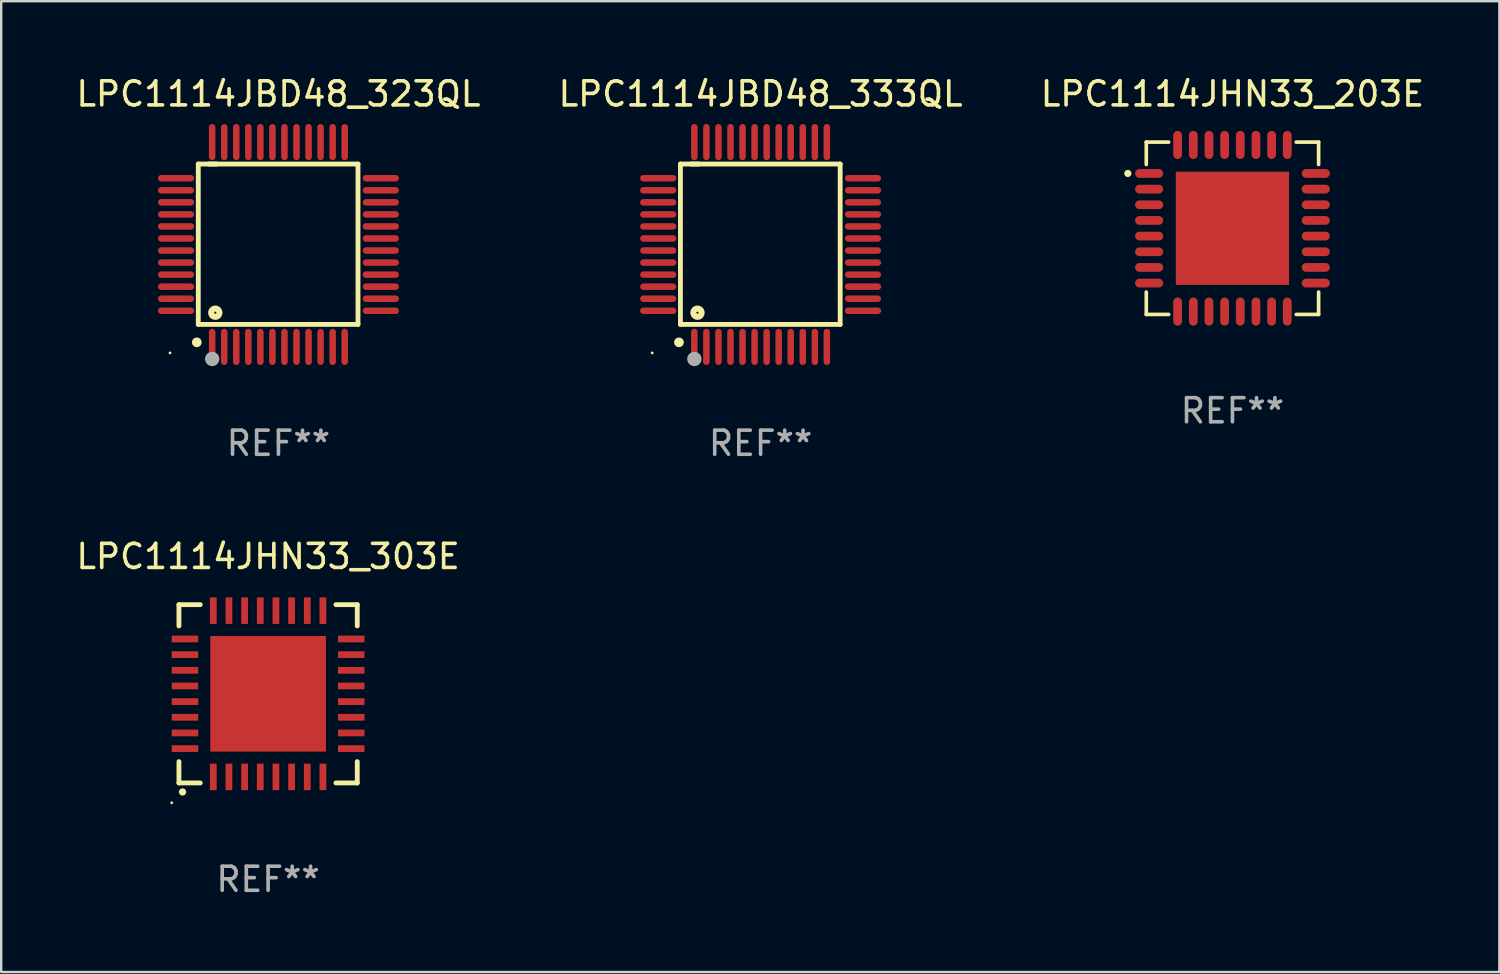
<source format=kicad_pcb>
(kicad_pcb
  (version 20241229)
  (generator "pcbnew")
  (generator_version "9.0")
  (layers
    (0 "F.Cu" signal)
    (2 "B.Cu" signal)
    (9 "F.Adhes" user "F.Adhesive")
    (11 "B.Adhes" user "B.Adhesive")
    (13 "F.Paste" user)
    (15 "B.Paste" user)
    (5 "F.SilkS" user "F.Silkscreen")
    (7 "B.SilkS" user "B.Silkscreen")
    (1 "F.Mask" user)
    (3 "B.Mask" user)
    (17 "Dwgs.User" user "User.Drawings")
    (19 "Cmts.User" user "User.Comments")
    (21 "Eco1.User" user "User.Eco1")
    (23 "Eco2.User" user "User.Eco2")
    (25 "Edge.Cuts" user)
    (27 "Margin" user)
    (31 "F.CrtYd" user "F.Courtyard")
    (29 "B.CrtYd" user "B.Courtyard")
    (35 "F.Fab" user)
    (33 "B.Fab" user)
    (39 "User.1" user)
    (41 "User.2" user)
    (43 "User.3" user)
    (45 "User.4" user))
  (footprint "LPC1114JBD48_333QL"
    (layer "F.Cu")
    (at 28.518 7.098)
    (property "Reference" "LPC1114JBD48_333QL" (at 0 -6.25 0) (layer "F.SilkS") (effects (font (size 1 1) (thickness 0.15))))
    (attr through_hole)
    (fp_line (start -3.327 -3.34) (end -2.565 -3.34) (stroke (width 0.2) (type solid)) (layer "F.SilkS"))
    (fp_line (start -3.327 3.315) (end -3.327 -3.34) (stroke (width 0.2) (type solid)) (layer "F.SilkS"))
    (fp_line (start -2.896 -3.34) (end 3.302 -3.34) (stroke (width 0.2) (type solid)) (layer "F.SilkS"))
    (fp_line (start 3.302 -3.34) (end 3.302 3.315) (stroke (width 0.2) (type solid)) (layer "F.SilkS"))
    (fp_line (start 3.302 3.315) (end -3.327 3.315) (stroke (width 0.2) (type solid)) (layer "F.SilkS"))
    (fp_arc (start -3.389992 4.059995) (mid -3.388722 4.059991) (end -3.387452 4.059995) (stroke (width 0.4) (type solid)) (layer "F.SilkS"))
    (fp_circle (center -4.5 4.5) (end -4.47 4.5) (stroke (width 0.06) (type solid)) (fill no) (layer "F.SilkS"))
    (fp_circle (center -2.62 2.83) (end -2.45 2.83) (stroke (width 0.254) (type solid)) (fill no) (layer "F.SilkS"))
    (fp_circle (center -2.75 4.75) (end -2.6 4.75) (stroke (width 0.3) (type solid)) (fill no) (layer "F.Fab"))
    (fp_text user "REF**" (at 0 8.25 0) (layer "F.Fab") (effects (font (size 1 1) (thickness 0.15))))
    (pad "1" smd oval (at -2.75 4.25) (size 0.27 1.5) (layers "F.Cu" "F.Mask" "F.Paste"))
    (pad "2" smd oval (at -2.25 4.25) (size 0.27 1.5) (layers "F.Cu" "F.Mask" "F.Paste"))
    (pad "3" smd oval (at -1.75 4.25) (size 0.27 1.5) (layers "F.Cu" "F.Mask" "F.Paste"))
    (pad "4" smd oval (at -1.25 4.25) (size 0.27 1.5) (layers "F.Cu" "F.Mask" "F.Paste"))
    (pad "5" smd oval (at -0.75 4.25) (size 0.27 1.5) (layers "F.Cu" "F.Mask" "F.Paste"))
    (pad "6" smd oval (at -0.25 4.25) (size 0.27 1.5) (layers "F.Cu" "F.Mask" "F.Paste"))
    (pad "7" smd oval (at 0.25 4.25) (size 0.27 1.5) (layers "F.Cu" "F.Mask" "F.Paste"))
    (pad "8" smd oval (at 0.75 4.25) (size 0.27 1.5) (layers "F.Cu" "F.Mask" "F.Paste"))
    (pad "9" smd oval (at 1.25 4.25) (size 0.27 1.5) (layers "F.Cu" "F.Mask" "F.Paste"))
    (pad "10" smd oval (at 1.75 4.25) (size 0.27 1.5) (layers "F.Cu" "F.Mask" "F.Paste"))
    (pad "11" smd oval (at 2.25 4.25) (size 0.27 1.5) (layers "F.Cu" "F.Mask" "F.Paste"))
    (pad "12" smd oval (at 2.75 4.25) (size 0.27 1.5) (layers "F.Cu" "F.Mask" "F.Paste"))
    (pad "13" smd oval (at 4.25 2.75) (size 1.5 0.27) (layers "F.Cu" "F.Mask" "F.Paste"))
    (pad "14" smd oval (at 4.25 2.25) (size 1.5 0.27) (layers "F.Cu" "F.Mask" "F.Paste"))
    (pad "15" smd oval (at 4.25 1.75) (size 1.5 0.27) (layers "F.Cu" "F.Mask" "F.Paste"))
    (pad "16" smd oval (at 4.25 1.25) (size 1.5 0.27) (layers "F.Cu" "F.Mask" "F.Paste"))
    (pad "17" smd oval (at 4.25 0.75) (size 1.5 0.27) (layers "F.Cu" "F.Mask" "F.Paste"))
    (pad "18" smd oval (at 4.25 0.25) (size 1.5 0.27) (layers "F.Cu" "F.Mask" "F.Paste"))
    (pad "19" smd oval (at 4.25 -0.25) (size 1.5 0.27) (layers "F.Cu" "F.Mask" "F.Paste"))
    (pad "20" smd oval (at 4.25 -0.75) (size 1.5 0.27) (layers "F.Cu" "F.Mask" "F.Paste"))
    (pad "21" smd oval (at 4.25 -1.25) (size 1.5 0.27) (layers "F.Cu" "F.Mask" "F.Paste"))
    (pad "22" smd oval (at 4.25 -1.75) (size 1.5 0.27) (layers "F.Cu" "F.Mask" "F.Paste"))
    (pad "23" smd oval (at 4.25 -2.25) (size 1.5 0.27) (layers "F.Cu" "F.Mask" "F.Paste"))
    (pad "24" smd oval (at 4.25 -2.75) (size 1.5 0.27) (layers "F.Cu" "F.Mask" "F.Paste"))
    (pad "25" smd oval (at 2.75 -4.25) (size 0.27 1.5) (layers "F.Cu" "F.Mask" "F.Paste"))
    (pad "26" smd oval (at 2.25 -4.25) (size 0.27 1.5) (layers "F.Cu" "F.Mask" "F.Paste"))
    (pad "27" smd oval (at 1.75 -4.25) (size 0.27 1.5) (layers "F.Cu" "F.Mask" "F.Paste"))
    (pad "28" smd oval (at 1.25 -4.25) (size 0.27 1.5) (layers "F.Cu" "F.Mask" "F.Paste"))
    (pad "29" smd oval (at 0.75 -4.25) (size 0.27 1.5) (layers "F.Cu" "F.Mask" "F.Paste"))
    (pad "30" smd oval (at 0.25 -4.25) (size 0.27 1.5) (layers "F.Cu" "F.Mask" "F.Paste"))
    (pad "31" smd oval (at -0.25 -4.25) (size 0.27 1.5) (layers "F.Cu" "F.Mask" "F.Paste"))
    (pad "32" smd oval (at -0.75 -4.25) (size 0.27 1.5) (layers "F.Cu" "F.Mask" "F.Paste"))
    (pad "33" smd oval (at -1.25 -4.25) (size 0.27 1.5) (layers "F.Cu" "F.Mask" "F.Paste"))
    (pad "34" smd oval (at -1.75 -4.25) (size 0.27 1.5) (layers "F.Cu" "F.Mask" "F.Paste"))
    (pad "35" smd oval (at -2.25 -4.25) (size 0.27 1.5) (layers "F.Cu" "F.Mask" "F.Paste"))
    (pad "36" smd oval (at -2.75 -4.25) (size 0.27 1.5) (layers "F.Cu" "F.Mask" "F.Paste"))
    (pad "37" smd oval (at -4.25 -2.75) (size 1.5 0.27) (layers "F.Cu" "F.Mask" "F.Paste"))
    (pad "38" smd oval (at -4.25 -2.25) (size 1.5 0.27) (layers "F.Cu" "F.Mask" "F.Paste"))
    (pad "39" smd oval (at -4.25 -1.75) (size 1.5 0.27) (layers "F.Cu" "F.Mask" "F.Paste"))
    (pad "40" smd oval (at -4.25 -1.25) (size 1.5 0.27) (layers "F.Cu" "F.Mask" "F.Paste"))
    (pad "41" smd oval (at -4.25 -0.75) (size 1.5 0.27) (layers "F.Cu" "F.Mask" "F.Paste"))
    (pad "42" smd oval (at -4.25 -0.25) (size 1.5 0.27) (layers "F.Cu" "F.Mask" "F.Paste"))
    (pad "43" smd oval (at -4.25 0.25) (size 1.5 0.27) (layers "F.Cu" "F.Mask" "F.Paste"))
    (pad "44" smd oval (at -4.25 0.75) (size 1.5 0.27) (layers "F.Cu" "F.Mask" "F.Paste"))
    (pad "45" smd oval (at -4.25 1.25) (size 1.5 0.27) (layers "F.Cu" "F.Mask" "F.Paste"))
    (pad "46" smd oval (at -4.25 1.75) (size 1.5 0.27) (layers "F.Cu" "F.Mask" "F.Paste"))
    (pad "47" smd oval (at -4.25 2.25) (size 1.5 0.27) (layers "F.Cu" "F.Mask" "F.Paste"))
    (pad "48" smd oval (at -4.25 2.75) (size 1.5 0.27) (layers "F.Cu" "F.Mask" "F.Paste")))
  (footprint "LPC1114JHN33_303E"
    (layer "F.Cu")
    (at 8.077 25.745)
    (property "Reference" "LPC1114JHN33_303E" (at 0 -5.7 0) (layer "F.SilkS") (effects (font (size 1 1) (thickness 0.15))))
    (attr through_hole)
    (fp_line (start -3.7 -3.7) (end -2.815 -3.7) (stroke (width 0.2) (type solid)) (layer "F.SilkS"))
    (fp_line (start -3.7 -2.815) (end -3.7 -3.7) (stroke (width 0.2) (type solid)) (layer "F.SilkS"))
    (fp_line (start -3.7 3.7) (end -3.7 2.815) (stroke (width 0.2) (type solid)) (layer "F.SilkS"))
    (fp_line (start -2.815 3.7) (end -3.7 3.7) (stroke (width 0.2) (type solid)) (layer "F.SilkS"))
    (fp_line (start 2.815 3.7) (end 3.7 3.7) (stroke (width 0.2) (type solid)) (layer "F.SilkS"))
    (fp_line (start 3.7 -3.7) (end 2.815 -3.7) (stroke (width 0.2) (type solid)) (layer "F.SilkS"))
    (fp_line (start 3.7 -2.815) (end 3.7 -3.7) (stroke (width 0.2) (type solid)) (layer "F.SilkS"))
    (fp_line (start 3.7 3.7) (end 3.7 2.815) (stroke (width 0.2) (type solid)) (layer "F.SilkS"))
    (fp_arc (start -3.551308 4.074168) (mid -3.550038 4.074163) (end -3.548768 4.074168) (stroke (width 0.3) (type solid)) (layer "F.SilkS"))
    (fp_circle (center -4 4.524) (end -3.97 4.524) (stroke (width 0.06) (type solid)) (fill no) (layer "F.SilkS"))
    (fp_text user "REF**" (at 0 7.7 0) (layer "F.Fab") (effects (font (size 1 1) (thickness 0.15))))
    (pad "1" smd rect (at -2.275 3.45 180) (size 0.28 1.1) (layers "F.Cu" "F.Mask" "F.Paste"))
    (pad "2" smd rect (at -1.625 3.45 180) (size 0.28 1.1) (layers "F.Cu" "F.Mask" "F.Paste"))
    (pad "3" smd rect (at -0.975 3.45 180) (size 0.28 1.1) (layers "F.Cu" "F.Mask" "F.Paste"))
    (pad "4" smd rect (at -0.325 3.45 180) (size 0.28 1.1) (layers "F.Cu" "F.Mask" "F.Paste"))
    (pad "5" smd rect (at 0.325 3.45 180) (size 0.28 1.1) (layers "F.Cu" "F.Mask" "F.Paste"))
    (pad "6" smd rect (at 0.975 3.45 180) (size 0.28 1.1) (layers "F.Cu" "F.Mask" "F.Paste"))
    (pad "7" smd rect (at 1.625 3.45 180) (size 0.28 1.1) (layers "F.Cu" "F.Mask" "F.Paste"))
    (pad "8" smd rect (at 2.275 3.45 180) (size 0.28 1.1) (layers "F.Cu" "F.Mask" "F.Paste"))
    (pad "9" smd rect (at 3.45 2.275 90) (size 0.28 1.1) (layers "F.Cu" "F.Mask" "F.Paste"))
    (pad "10" smd rect (at 3.45 1.625 90) (size 0.28 1.1) (layers "F.Cu" "F.Mask" "F.Paste"))
    (pad "11" smd rect (at 3.45 0.975 90) (size 0.28 1.1) (layers "F.Cu" "F.Mask" "F.Paste"))
    (pad "12" smd rect (at 3.45 0.325 90) (size 0.28 1.1) (layers "F.Cu" "F.Mask" "F.Paste"))
    (pad "13" smd rect (at 3.45 -0.325 90) (size 0.28 1.1) (layers "F.Cu" "F.Mask" "F.Paste"))
    (pad "14" smd rect (at 3.45 -0.975 90) (size 0.28 1.1) (layers "F.Cu" "F.Mask" "F.Paste"))
    (pad "15" smd rect (at 3.45 -1.625 90) (size 0.28 1.1) (layers "F.Cu" "F.Mask" "F.Paste"))
    (pad "16" smd rect (at 3.45 -2.275 90) (size 0.28 1.1) (layers "F.Cu" "F.Mask" "F.Paste"))
    (pad "17" smd rect (at 2.275 -3.45 180) (size 0.28 1.1) (layers "F.Cu" "F.Mask" "F.Paste"))
    (pad "18" smd rect (at 1.625 -3.45 180) (size 0.28 1.1) (layers "F.Cu" "F.Mask" "F.Paste"))
    (pad "19" smd rect (at 0.975 -3.45 180) (size 0.28 1.1) (layers "F.Cu" "F.Mask" "F.Paste"))
    (pad "20" smd rect (at 0.325 -3.45 180) (size 0.28 1.1) (layers "F.Cu" "F.Mask" "F.Paste"))
    (pad "21" smd rect (at -0.325 -3.45 180) (size 0.28 1.1) (layers "F.Cu" "F.Mask" "F.Paste"))
    (pad "22" smd rect (at -0.975 -3.45 180) (size 0.28 1.1) (layers "F.Cu" "F.Mask" "F.Paste"))
    (pad "23" smd rect (at -1.625 -3.45 180) (size 0.28 1.1) (layers "F.Cu" "F.Mask" "F.Paste"))
    (pad "24" smd rect (at -2.275 -3.45 180) (size 0.28 1.1) (layers "F.Cu" "F.Mask" "F.Paste"))
    (pad "25" smd rect (at -3.45 -2.275 90) (size 0.28 1.1) (layers "F.Cu" "F.Mask" "F.Paste"))
    (pad "26" smd rect (at -3.45 -1.625 90) (size 0.28 1.1) (layers "F.Cu" "F.Mask" "F.Paste"))
    (pad "27" smd rect (at -3.45 -0.975 90) (size 0.28 1.1) (layers "F.Cu" "F.Mask" "F.Paste"))
    (pad "28" smd rect (at -3.45 -0.325 90) (size 0.28 1.1) (layers "F.Cu" "F.Mask" "F.Paste"))
    (pad "29" smd rect (at -3.45 0.325 90) (size 0.28 1.1) (layers "F.Cu" "F.Mask" "F.Paste"))
    (pad "30" smd rect (at -3.45 0.975 90) (size 0.28 1.1) (layers "F.Cu" "F.Mask" "F.Paste"))
    (pad "31" smd rect (at -3.45 1.625 90) (size 0.28 1.1) (layers "F.Cu" "F.Mask" "F.Paste"))
    (pad "32" smd rect (at -3.45 2.275 90) (size 0.28 1.1) (layers "F.Cu" "F.Mask" "F.Paste"))
    (pad "33" smd rect (at 0 0 90) (size 4.8 4.8) (layers "F.Cu" "F.Mask" "F.Paste")))
  (footprint "LPC1114JBD48_323QL"
    (layer "F.Cu")
    (at 8.506 7.098)
    (property "Reference" "LPC1114JBD48_323QL" (at 0 -6.25 0) (layer "F.SilkS") (effects (font (size 1 1) (thickness 0.15))))
    (attr through_hole)
    (fp_line (start -3.327 -3.34) (end -2.565 -3.34) (stroke (width 0.2) (type solid)) (layer "F.SilkS"))
    (fp_line (start -3.327 3.315) (end -3.327 -3.34) (stroke (width 0.2) (type solid)) (layer "F.SilkS"))
    (fp_line (start -2.896 -3.34) (end 3.302 -3.34) (stroke (width 0.2) (type solid)) (layer "F.SilkS"))
    (fp_line (start 3.302 -3.34) (end 3.302 3.315) (stroke (width 0.2) (type solid)) (layer "F.SilkS"))
    (fp_line (start 3.302 3.315) (end -3.327 3.315) (stroke (width 0.2) (type solid)) (layer "F.SilkS"))
    (fp_arc (start -3.389992 4.059995) (mid -3.388722 4.059991) (end -3.387452 4.059995) (stroke (width 0.4) (type solid)) (layer "F.SilkS"))
    (fp_circle (center -4.5 4.5) (end -4.47 4.5) (stroke (width 0.06) (type solid)) (fill no) (layer "F.SilkS"))
    (fp_circle (center -2.62 2.83) (end -2.45 2.83) (stroke (width 0.254) (type solid)) (fill no) (layer "F.SilkS"))
    (fp_circle (center -2.75 4.75) (end -2.6 4.75) (stroke (width 0.3) (type solid)) (fill no) (layer "F.Fab"))
    (fp_text user "REF**" (at 0 8.25 0) (layer "F.Fab") (effects (font (size 1 1) (thickness 0.15))))
    (pad "1" smd oval (at -2.75 4.25) (size 0.27 1.5) (layers "F.Cu" "F.Mask" "F.Paste"))
    (pad "2" smd oval (at -2.25 4.25) (size 0.27 1.5) (layers "F.Cu" "F.Mask" "F.Paste"))
    (pad "3" smd oval (at -1.75 4.25) (size 0.27 1.5) (layers "F.Cu" "F.Mask" "F.Paste"))
    (pad "4" smd oval (at -1.25 4.25) (size 0.27 1.5) (layers "F.Cu" "F.Mask" "F.Paste"))
    (pad "5" smd oval (at -0.75 4.25) (size 0.27 1.5) (layers "F.Cu" "F.Mask" "F.Paste"))
    (pad "6" smd oval (at -0.25 4.25) (size 0.27 1.5) (layers "F.Cu" "F.Mask" "F.Paste"))
    (pad "7" smd oval (at 0.25 4.25) (size 0.27 1.5) (layers "F.Cu" "F.Mask" "F.Paste"))
    (pad "8" smd oval (at 0.75 4.25) (size 0.27 1.5) (layers "F.Cu" "F.Mask" "F.Paste"))
    (pad "9" smd oval (at 1.25 4.25) (size 0.27 1.5) (layers "F.Cu" "F.Mask" "F.Paste"))
    (pad "10" smd oval (at 1.75 4.25) (size 0.27 1.5) (layers "F.Cu" "F.Mask" "F.Paste"))
    (pad "11" smd oval (at 2.25 4.25) (size 0.27 1.5) (layers "F.Cu" "F.Mask" "F.Paste"))
    (pad "12" smd oval (at 2.75 4.25) (size 0.27 1.5) (layers "F.Cu" "F.Mask" "F.Paste"))
    (pad "13" smd oval (at 4.25 2.75) (size 1.5 0.27) (layers "F.Cu" "F.Mask" "F.Paste"))
    (pad "14" smd oval (at 4.25 2.25) (size 1.5 0.27) (layers "F.Cu" "F.Mask" "F.Paste"))
    (pad "15" smd oval (at 4.25 1.75) (size 1.5 0.27) (layers "F.Cu" "F.Mask" "F.Paste"))
    (pad "16" smd oval (at 4.25 1.25) (size 1.5 0.27) (layers "F.Cu" "F.Mask" "F.Paste"))
    (pad "17" smd oval (at 4.25 0.75) (size 1.5 0.27) (layers "F.Cu" "F.Mask" "F.Paste"))
    (pad "18" smd oval (at 4.25 0.25) (size 1.5 0.27) (layers "F.Cu" "F.Mask" "F.Paste"))
    (pad "19" smd oval (at 4.25 -0.25) (size 1.5 0.27) (layers "F.Cu" "F.Mask" "F.Paste"))
    (pad "20" smd oval (at 4.25 -0.75) (size 1.5 0.27) (layers "F.Cu" "F.Mask" "F.Paste"))
    (pad "21" smd oval (at 4.25 -1.25) (size 1.5 0.27) (layers "F.Cu" "F.Mask" "F.Paste"))
    (pad "22" smd oval (at 4.25 -1.75) (size 1.5 0.27) (layers "F.Cu" "F.Mask" "F.Paste"))
    (pad "23" smd oval (at 4.25 -2.25) (size 1.5 0.27) (layers "F.Cu" "F.Mask" "F.Paste"))
    (pad "24" smd oval (at 4.25 -2.75) (size 1.5 0.27) (layers "F.Cu" "F.Mask" "F.Paste"))
    (pad "25" smd oval (at 2.75 -4.25) (size 0.27 1.5) (layers "F.Cu" "F.Mask" "F.Paste"))
    (pad "26" smd oval (at 2.25 -4.25) (size 0.27 1.5) (layers "F.Cu" "F.Mask" "F.Paste"))
    (pad "27" smd oval (at 1.75 -4.25) (size 0.27 1.5) (layers "F.Cu" "F.Mask" "F.Paste"))
    (pad "28" smd oval (at 1.25 -4.25) (size 0.27 1.5) (layers "F.Cu" "F.Mask" "F.Paste"))
    (pad "29" smd oval (at 0.75 -4.25) (size 0.27 1.5) (layers "F.Cu" "F.Mask" "F.Paste"))
    (pad "30" smd oval (at 0.25 -4.25) (size 0.27 1.5) (layers "F.Cu" "F.Mask" "F.Paste"))
    (pad "31" smd oval (at -0.25 -4.25) (size 0.27 1.5) (layers "F.Cu" "F.Mask" "F.Paste"))
    (pad "32" smd oval (at -0.75 -4.25) (size 0.27 1.5) (layers "F.Cu" "F.Mask" "F.Paste"))
    (pad "33" smd oval (at -1.25 -4.25) (size 0.27 1.5) (layers "F.Cu" "F.Mask" "F.Paste"))
    (pad "34" smd oval (at -1.75 -4.25) (size 0.27 1.5) (layers "F.Cu" "F.Mask" "F.Paste"))
    (pad "35" smd oval (at -2.25 -4.25) (size 0.27 1.5) (layers "F.Cu" "F.Mask" "F.Paste"))
    (pad "36" smd oval (at -2.75 -4.25) (size 0.27 1.5) (layers "F.Cu" "F.Mask" "F.Paste"))
    (pad "37" smd oval (at -4.25 -2.75) (size 1.5 0.27) (layers "F.Cu" "F.Mask" "F.Paste"))
    (pad "38" smd oval (at -4.25 -2.25) (size 1.5 0.27) (layers "F.Cu" "F.Mask" "F.Paste"))
    (pad "39" smd oval (at -4.25 -1.75) (size 1.5 0.27) (layers "F.Cu" "F.Mask" "F.Paste"))
    (pad "40" smd oval (at -4.25 -1.25) (size 1.5 0.27) (layers "F.Cu" "F.Mask" "F.Paste"))
    (pad "41" smd oval (at -4.25 -0.75) (size 1.5 0.27) (layers "F.Cu" "F.Mask" "F.Paste"))
    (pad "42" smd oval (at -4.25 -0.25) (size 1.5 0.27) (layers "F.Cu" "F.Mask" "F.Paste"))
    (pad "43" smd oval (at -4.25 0.25) (size 1.5 0.27) (layers "F.Cu" "F.Mask" "F.Paste"))
    (pad "44" smd oval (at -4.25 0.75) (size 1.5 0.27) (layers "F.Cu" "F.Mask" "F.Paste"))
    (pad "45" smd oval (at -4.25 1.25) (size 1.5 0.27) (layers "F.Cu" "F.Mask" "F.Paste"))
    (pad "46" smd oval (at -4.25 1.75) (size 1.5 0.27) (layers "F.Cu" "F.Mask" "F.Paste"))
    (pad "47" smd oval (at -4.25 2.25) (size 1.5 0.27) (layers "F.Cu" "F.Mask" "F.Paste"))
    (pad "48" smd oval (at -4.25 2.75) (size 1.5 0.27) (layers "F.Cu" "F.Mask" "F.Paste")))
  (footprint "LPC1114JHN33_203E"
    (layer "F.Cu")
    (at 48.101 6.424)
    (property "Reference" "LPC1114JHN33_203E" (at 0 -5.576 0) (layer "F.SilkS") (effects (font (size 1 1) (thickness 0.15))))
    (attr through_hole)
    (fp_line (start -3.576 -3.576) (end -3.576 -2.647) (stroke (width 0.152) (type solid)) (layer "F.SilkS"))
    (fp_line (start -3.576 3.576) (end -3.576 2.647) (stroke (width 0.152) (type solid)) (layer "F.SilkS"))
    (fp_line (start -2.647 -3.576) (end -3.576 -3.576) (stroke (width 0.152) (type solid)) (layer "F.SilkS"))
    (fp_line (start -2.647 3.576) (end -3.576 3.576) (stroke (width 0.152) (type solid)) (layer "F.SilkS"))
    (fp_line (start 2.647 -3.576) (end 3.576 -3.576) (stroke (width 0.152) (type solid)) (layer "F.SilkS"))
    (fp_line (start 2.647 3.576) (end 3.576 3.576) (stroke (width 0.152) (type solid)) (layer "F.SilkS"))
    (fp_line (start 3.576 -3.576) (end 3.576 -2.647) (stroke (width 0.152) (type solid)) (layer "F.SilkS"))
    (fp_line (start 3.576 3.576) (end 3.576 2.647) (stroke (width 0.152) (type solid)) (layer "F.SilkS"))
    (fp_circle (center -4.342 -2.275) (end -4.267 -2.275) (stroke (width 0.15) (type solid)) (fill no) (layer "F.SilkS"))
    (fp_text user "REF**" (at 0 7.576 0) (layer "F.Fab") (effects (font (size 1 1) (thickness 0.15))))
    (pad "1" smd oval (at -3.458 -2.275 270) (size 0.364 1.167) (layers "F.Cu" "F.Mask" "F.Paste"))
    (pad "2" smd oval (at -3.458 -1.625 270) (size 0.364 1.167) (layers "F.Cu" "F.Mask" "F.Paste"))
    (pad "3" smd oval (at -3.458 -0.975 270) (size 0.364 1.167) (layers "F.Cu" "F.Mask" "F.Paste"))
    (pad "4" smd oval (at -3.458 -0.325 270) (size 0.364 1.167) (layers "F.Cu" "F.Mask" "F.Paste"))
    (pad "5" smd oval (at -3.458 0.325 270) (size 0.364 1.167) (layers "F.Cu" "F.Mask" "F.Paste"))
    (pad "6" smd oval (at -3.458 0.975 270) (size 0.364 1.167) (layers "F.Cu" "F.Mask" "F.Paste"))
    (pad "7" smd oval (at -3.458 1.625 270) (size 0.364 1.167) (layers "F.Cu" "F.Mask" "F.Paste"))
    (pad "8" smd oval (at -3.458 2.275 270) (size 0.364 1.167) (layers "F.Cu" "F.Mask" "F.Paste"))
    (pad "9" smd oval (at -2.275 3.458 270) (size 1.167 0.364) (layers "F.Cu" "F.Mask" "F.Paste"))
    (pad "10" smd oval (at -1.625 3.458 270) (size 1.167 0.364) (layers "F.Cu" "F.Mask" "F.Paste"))
    (pad "11" smd oval (at -0.975 3.458 270) (size 1.167 0.364) (layers "F.Cu" "F.Mask" "F.Paste"))
    (pad "12" smd oval (at -0.325 3.458 270) (size 1.167 0.364) (layers "F.Cu" "F.Mask" "F.Paste"))
    (pad "13" smd oval (at 0.325 3.458 270) (size 1.167 0.364) (layers "F.Cu" "F.Mask" "F.Paste"))
    (pad "14" smd oval (at 0.975 3.458 270) (size 1.167 0.364) (layers "F.Cu" "F.Mask" "F.Paste"))
    (pad "15" smd oval (at 1.625 3.458 270) (size 1.167 0.364) (layers "F.Cu" "F.Mask" "F.Paste"))
    (pad "16" smd oval (at 2.275 3.458 270) (size 1.167 0.364) (layers "F.Cu" "F.Mask" "F.Paste"))
    (pad "17" smd oval (at 3.458 2.275 270) (size 0.364 1.167) (layers "F.Cu" "F.Mask" "F.Paste"))
    (pad "18" smd oval (at 3.458 1.625 270) (size 0.364 1.167) (layers "F.Cu" "F.Mask" "F.Paste"))
    (pad "19" smd oval (at 3.458 0.975 270) (size 0.364 1.167) (layers "F.Cu" "F.Mask" "F.Paste"))
    (pad "20" smd oval (at 3.458 0.325 270) (size 0.364 1.167) (layers "F.Cu" "F.Mask" "F.Paste"))
    (pad "21" smd oval (at 3.458 -0.325 270) (size 0.364 1.167) (layers "F.Cu" "F.Mask" "F.Paste"))
    (pad "22" smd oval (at 3.458 -0.975 270) (size 0.364 1.167) (layers "F.Cu" "F.Mask" "F.Paste"))
    (pad "23" smd oval (at 3.458 -1.625 270) (size 0.364 1.167) (layers "F.Cu" "F.Mask" "F.Paste"))
    (pad "24" smd oval (at 3.458 -2.275 270) (size 0.364 1.167) (layers "F.Cu" "F.Mask" "F.Paste"))
    (pad "25" smd oval (at 2.275 -3.458 270) (size 1.167 0.364) (layers "F.Cu" "F.Mask" "F.Paste"))
    (pad "26" smd oval (at 1.625 -3.458 270) (size 1.167 0.364) (layers "F.Cu" "F.Mask" "F.Paste"))
    (pad "27" smd oval (at 0.975 -3.458 270) (size 1.167 0.364) (layers "F.Cu" "F.Mask" "F.Paste"))
    (pad "28" smd oval (at 0.325 -3.458 270) (size 1.167 0.364) (layers "F.Cu" "F.Mask" "F.Paste"))
    (pad "29" smd oval (at -0.325 -3.458 270) (size 1.167 0.364) (layers "F.Cu" "F.Mask" "F.Paste"))
    (pad "30" smd oval (at -0.975 -3.458 270) (size 1.167 0.364) (layers "F.Cu" "F.Mask" "F.Paste"))
    (pad "31" smd oval (at -1.625 -3.458 270) (size 1.167 0.364) (layers "F.Cu" "F.Mask" "F.Paste"))
    (pad "32" smd oval (at -2.275 -3.458 270) (size 1.167 0.364) (layers "F.Cu" "F.Mask" "F.Paste"))
    (pad "33" smd rect (at 0 0 270) (size 4.7 4.7) (layers "F.Cu" "F.Mask" "F.Paste")))
  (gr_rect
    (start -3 -3)
    (end 59.179 37.293)
    (stroke (width 0.1) (type default))
    (fill no)
    (layer "Edge.Cuts")))
</source>
